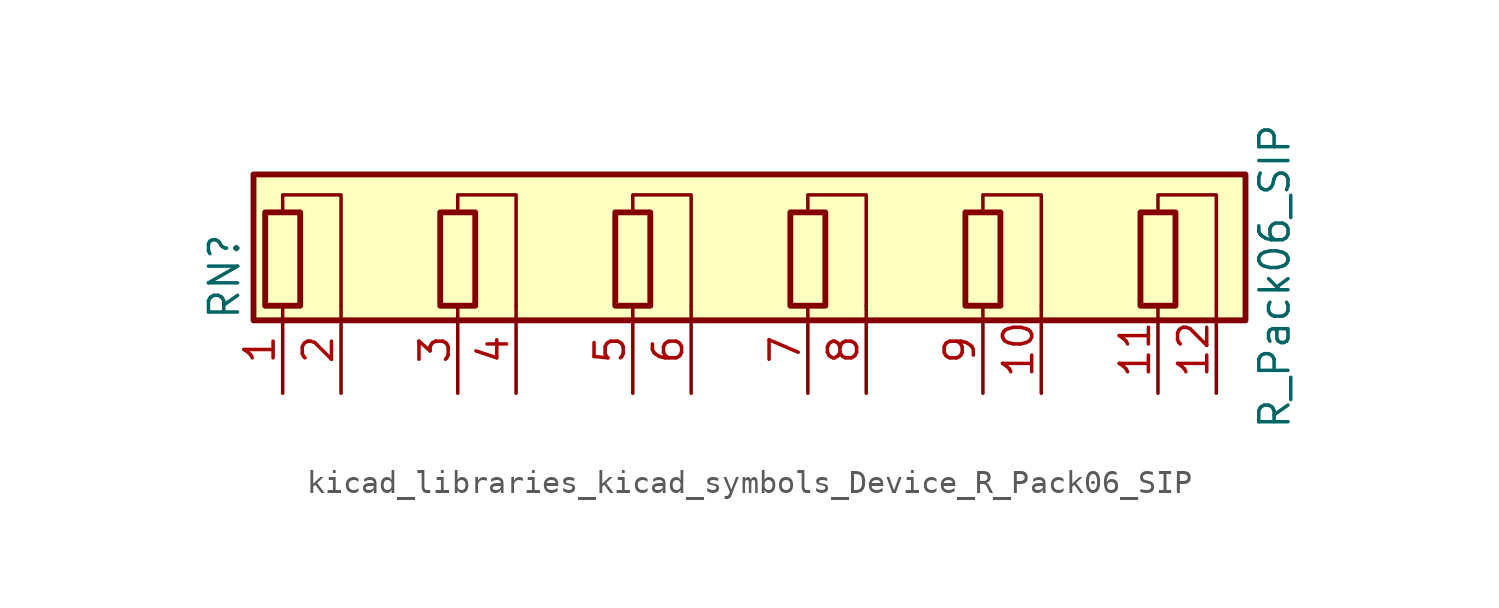
<source format=kicad_sym>
(kicad_symbol_lib
  (version 20220914)
  (generator kicad_symbol_editor)
  (symbol "kicad_libraries_kicad_symbols_Device_R_Pack06_SIP"
    (pin_names
      (offset 0) hide)
    (property "Reference" "RN"
      (at -22.86 0 90)
      (effects (font (size 1.27 1.27))))
    (property "Value" "R_Pack06_SIP"
      (at 22.86 0 90)
      (effects (font (size 1.27 1.27))))
    (symbol "kicad_libraries_kicad_symbols_Device_R_Pack06_SIP_0_1"
      (rectangle (start -21.59 -1.905) (end 21.59 4.445) (stroke (width 0.254) (type default)) (fill (type background)))
      (rectangle (start -21.082 2.794) (end -19.558 -1.27) (stroke (width 0.254) (type default)) (fill (type none)))
      (rectangle (start -13.462 2.794) (end -11.938 -1.27) (stroke (width 0.254) (type default)) (fill (type none)))
      (rectangle (start -5.842 2.794) (end -4.318 -1.27) (stroke (width 0.254) (type default)) (fill (type none)))
      (polyline (pts (xy -20.32 2.794) (xy -20.32 3.556) (xy -17.78 3.556) (xy -17.78 -1.27)) (stroke (width 0) (type default)) (fill (type none)))
      (polyline (pts (xy -12.7 2.794) (xy -12.7 3.556) (xy -10.16 3.556) (xy -10.16 -1.27)) (stroke (width 0) (type default)) (fill (type none)))
      (polyline (pts (xy -5.08 2.794) (xy -5.08 3.556) (xy -2.54 3.556) (xy -2.54 -1.27)) (stroke (width 0) (type default)) (fill (type none)))
      (polyline (pts (xy 2.54 2.794) (xy 2.54 3.556) (xy 5.08 3.556) (xy 5.08 -1.27)) (stroke (width 0) (type default)) (fill (type none)))
      (polyline (pts (xy 10.16 2.794) (xy 10.16 3.556) (xy 12.7 3.556) (xy 12.7 -1.27)) (stroke (width 0) (type default)) (fill (type none)))
      (polyline (pts (xy 17.78 2.794) (xy 17.78 3.556) (xy 20.32 3.556) (xy 20.32 -1.27)) (stroke (width 0) (type default)) (fill (type none)))
      (rectangle (start 1.778 2.794) (end 3.302 -1.27) (stroke (width 0.254) (type default)) (fill (type none)))
      (rectangle (start 9.398 2.794) (end 10.922 -1.27) (stroke (width 0.254) (type default)) (fill (type none)))
      (rectangle (start 17.018 2.794) (end 18.542 -1.27) (stroke (width 0.254) (type default)) (fill (type none))))
    (symbol "kicad_libraries_kicad_symbols_Device_R_Pack06_SIP_1_1"
      (pin passive line (at -20.32 -5.08 90) (length 3.81) (name "R1.1" (effects (font (size 1.27 1.27)))) (number "1" (effects (font (size 1.27 1.27)))))
      (pin passive line (at 12.7 -5.08 90) (length 3.81) (name "R5.2" (effects (font (size 1.27 1.27)))) (number "10" (effects (font (size 1.27 1.27)))))
      (pin passive line (at 17.78 -5.08 90) (length 3.81) (name "R6.1" (effects (font (size 1.27 1.27)))) (number "11" (effects (font (size 1.27 1.27)))))
      (pin passive line (at 20.32 -5.08 90) (length 3.81) (name "R6.2" (effects (font (size 1.27 1.27)))) (number "12" (effects (font (size 1.27 1.27)))))
      (pin passive line (at -17.78 -5.08 90) (length 3.81) (name "R1.2" (effects (font (size 1.27 1.27)))) (number "2" (effects (font (size 1.27 1.27)))))
      (pin passive line (at -12.7 -5.08 90) (length 3.81) (name "R2.1" (effects (font (size 1.27 1.27)))) (number "3" (effects (font (size 1.27 1.27)))))
      (pin passive line (at -10.16 -5.08 90) (length 3.81) (name "R2.2" (effects (font (size 1.27 1.27)))) (number "4" (effects (font (size 1.27 1.27)))))
      (pin passive line (at -5.08 -5.08 90) (length 3.81) (name "R3.1" (effects (font (size 1.27 1.27)))) (number "5" (effects (font (size 1.27 1.27)))))
      (pin passive line (at -2.54 -5.08 90) (length 3.81) (name "R3.2" (effects (font (size 1.27 1.27)))) (number "6" (effects (font (size 1.27 1.27)))))
      (pin passive line (at 2.54 -5.08 90) (length 3.81) (name "R4.1" (effects (font (size 1.27 1.27)))) (number "7" (effects (font (size 1.27 1.27)))))
      (pin passive line (at 5.08 -5.08 90) (length 3.81) (name "R4.2" (effects (font (size 1.27 1.27)))) (number "8" (effects (font (size 1.27 1.27)))))
      (pin passive line (at 10.16 -5.08 90) (length 3.81) (name "R5.1" (effects (font (size 1.27 1.27)))) (number "9" (effects (font (size 1.27 1.27))))))))
</source>
